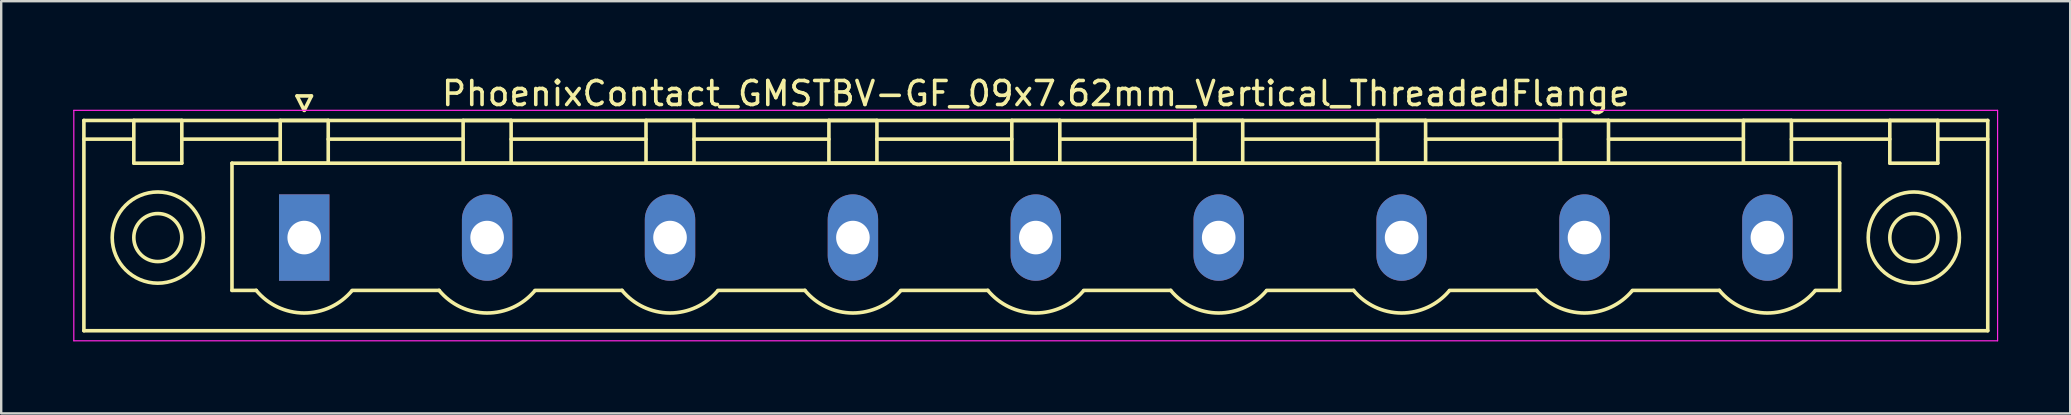
<source format=kicad_pcb>
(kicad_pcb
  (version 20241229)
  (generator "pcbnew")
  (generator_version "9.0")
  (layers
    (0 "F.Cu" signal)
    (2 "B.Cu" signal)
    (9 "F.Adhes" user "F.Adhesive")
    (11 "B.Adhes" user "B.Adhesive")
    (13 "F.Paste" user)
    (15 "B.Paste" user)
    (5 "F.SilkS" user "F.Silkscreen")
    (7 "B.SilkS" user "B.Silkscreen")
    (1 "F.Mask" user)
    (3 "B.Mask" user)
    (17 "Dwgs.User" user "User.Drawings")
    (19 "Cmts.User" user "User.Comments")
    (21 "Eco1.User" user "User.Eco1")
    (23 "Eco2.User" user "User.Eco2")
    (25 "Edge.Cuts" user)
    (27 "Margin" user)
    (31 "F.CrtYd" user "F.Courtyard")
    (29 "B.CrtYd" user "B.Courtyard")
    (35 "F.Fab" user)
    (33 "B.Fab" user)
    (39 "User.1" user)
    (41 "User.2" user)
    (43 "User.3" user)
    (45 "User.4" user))
  (footprint "PhoenixContact_GMSTBV-GF_09x7.62mm_Vertical_ThreadedFlange"
    (layer "F.Cu")
    (at 9.625 6.848)
    (property "Reference" "PhoenixContact_GMSTBV-GF_09x7.62mm_Vertical_ThreadedFlange" (at 30.48 -6 0) (layer "F.SilkS") (effects (font (size 1 1) (thickness 0.15))))
    (attr through_hole)
    (fp_line (start -9.18 -4.88) (end -9.18 3.88) (stroke (width 0.15) (type solid)) (layer "F.SilkS"))
    (fp_line (start -9.18 -4.1) (end -7.18 -4.1) (stroke (width 0.15) (type solid)) (layer "F.SilkS"))
    (fp_line (start -9.18 3.88) (end 70.14 3.88) (stroke (width 0.15) (type solid)) (layer "F.SilkS"))
    (fp_line (start -7.1 -4.88) (end -5.1 -4.88) (stroke (width 0.15) (type solid)) (layer "F.SilkS"))
    (fp_line (start -7.1 -3.1) (end -7.1 -4.88) (stroke (width 0.15) (type solid)) (layer "F.SilkS"))
    (fp_line (start -5.1 -4.88) (end -5.1 -3.1) (stroke (width 0.15) (type solid)) (layer "F.SilkS"))
    (fp_line (start -5.1 -4.1) (end -1 -4.1) (stroke (width 0.15) (type solid)) (layer "F.SilkS"))
    (fp_line (start -5.1 -3.1) (end -7.1 -3.1) (stroke (width 0.15) (type solid)) (layer "F.SilkS"))
    (fp_line (start -3.01 -3.1) (end 63.97 -3.1) (stroke (width 0.15) (type solid)) (layer "F.SilkS"))
    (fp_line (start -3.01 2.2) (end -3.01 -3.1) (stroke (width 0.15) (type solid)) (layer "F.SilkS"))
    (fp_line (start -2 2.2) (end -3.01 2.2) (stroke (width 0.15) (type solid)) (layer "F.SilkS"))
    (fp_line (start -1 -4.88) (end 1 -4.88) (stroke (width 0.15) (type solid)) (layer "F.SilkS"))
    (fp_line (start -1 -3.1) (end -1 -4.88) (stroke (width 0.15) (type solid)) (layer "F.SilkS"))
    (fp_line (start -0.3 -5.9) (end 0 -5.3) (stroke (width 0.15) (type solid)) (layer "F.SilkS"))
    (fp_line (start 0 -5.3) (end 0.3 -5.9) (stroke (width 0.15) (type solid)) (layer "F.SilkS"))
    (fp_line (start 0.3 -5.9) (end -0.3 -5.9) (stroke (width 0.15) (type solid)) (layer "F.SilkS"))
    (fp_line (start 1 -4.88) (end 1 -3.1) (stroke (width 0.15) (type solid)) (layer "F.SilkS"))
    (fp_line (start 1 -4.1) (end 6.62 -4.1) (stroke (width 0.15) (type solid)) (layer "F.SilkS"))
    (fp_line (start 1 -3.1) (end -1 -3.1) (stroke (width 0.15) (type solid)) (layer "F.SilkS"))
    (fp_line (start 2 2.2) (end 5.62 2.2) (stroke (width 0.15) (type solid)) (layer "F.SilkS"))
    (fp_line (start 6.62 -4.88) (end 8.62 -4.88) (stroke (width 0.15) (type solid)) (layer "F.SilkS"))
    (fp_line (start 6.62 -3.1) (end 6.62 -4.88) (stroke (width 0.15) (type solid)) (layer "F.SilkS"))
    (fp_line (start 8.62 -4.88) (end 8.62 -3.1) (stroke (width 0.15) (type solid)) (layer "F.SilkS"))
    (fp_line (start 8.62 -4.1) (end 14.24 -4.1) (stroke (width 0.15) (type solid)) (layer "F.SilkS"))
    (fp_line (start 8.62 -3.1) (end 6.62 -3.1) (stroke (width 0.15) (type solid)) (layer "F.SilkS"))
    (fp_line (start 9.62 2.2) (end 13.24 2.2) (stroke (width 0.15) (type solid)) (layer "F.SilkS"))
    (fp_line (start 14.24 -4.88) (end 16.24 -4.88) (stroke (width 0.15) (type solid)) (layer "F.SilkS"))
    (fp_line (start 14.24 -3.1) (end 14.24 -4.88) (stroke (width 0.15) (type solid)) (layer "F.SilkS"))
    (fp_line (start 16.24 -4.88) (end 16.24 -3.1) (stroke (width 0.15) (type solid)) (layer "F.SilkS"))
    (fp_line (start 16.24 -4.1) (end 21.86 -4.1) (stroke (width 0.15) (type solid)) (layer "F.SilkS"))
    (fp_line (start 16.24 -3.1) (end 14.24 -3.1) (stroke (width 0.15) (type solid)) (layer "F.SilkS"))
    (fp_line (start 17.24 2.2) (end 20.86 2.2) (stroke (width 0.15) (type solid)) (layer "F.SilkS"))
    (fp_line (start 21.86 -4.88) (end 23.86 -4.88) (stroke (width 0.15) (type solid)) (layer "F.SilkS"))
    (fp_line (start 21.86 -3.1) (end 21.86 -4.88) (stroke (width 0.15) (type solid)) (layer "F.SilkS"))
    (fp_line (start 23.86 -4.88) (end 23.86 -3.1) (stroke (width 0.15) (type solid)) (layer "F.SilkS"))
    (fp_line (start 23.86 -4.1) (end 29.48 -4.1) (stroke (width 0.15) (type solid)) (layer "F.SilkS"))
    (fp_line (start 23.86 -3.1) (end 21.86 -3.1) (stroke (width 0.15) (type solid)) (layer "F.SilkS"))
    (fp_line (start 24.86 2.2) (end 28.48 2.2) (stroke (width 0.15) (type solid)) (layer "F.SilkS"))
    (fp_line (start 29.48 -4.88) (end 31.48 -4.88) (stroke (width 0.15) (type solid)) (layer "F.SilkS"))
    (fp_line (start 29.48 -3.1) (end 29.48 -4.88) (stroke (width 0.15) (type solid)) (layer "F.SilkS"))
    (fp_line (start 31.48 -4.88) (end 31.48 -3.1) (stroke (width 0.15) (type solid)) (layer "F.SilkS"))
    (fp_line (start 31.48 -4.1) (end 37.1 -4.1) (stroke (width 0.15) (type solid)) (layer "F.SilkS"))
    (fp_line (start 31.48 -3.1) (end 29.48 -3.1) (stroke (width 0.15) (type solid)) (layer "F.SilkS"))
    (fp_line (start 32.48 2.2) (end 36.1 2.2) (stroke (width 0.15) (type solid)) (layer "F.SilkS"))
    (fp_line (start 37.1 -4.88) (end 39.1 -4.88) (stroke (width 0.15) (type solid)) (layer "F.SilkS"))
    (fp_line (start 37.1 -3.1) (end 37.1 -4.88) (stroke (width 0.15) (type solid)) (layer "F.SilkS"))
    (fp_line (start 39.1 -4.88) (end 39.1 -3.1) (stroke (width 0.15) (type solid)) (layer "F.SilkS"))
    (fp_line (start 39.1 -4.1) (end 44.72 -4.1) (stroke (width 0.15) (type solid)) (layer "F.SilkS"))
    (fp_line (start 39.1 -3.1) (end 37.1 -3.1) (stroke (width 0.15) (type solid)) (layer "F.SilkS"))
    (fp_line (start 40.1 2.2) (end 43.72 2.2) (stroke (width 0.15) (type solid)) (layer "F.SilkS"))
    (fp_line (start 44.72 -4.88) (end 46.72 -4.88) (stroke (width 0.15) (type solid)) (layer "F.SilkS"))
    (fp_line (start 44.72 -3.1) (end 44.72 -4.88) (stroke (width 0.15) (type solid)) (layer "F.SilkS"))
    (fp_line (start 46.72 -4.88) (end 46.72 -3.1) (stroke (width 0.15) (type solid)) (layer "F.SilkS"))
    (fp_line (start 46.72 -4.1) (end 52.34 -4.1) (stroke (width 0.15) (type solid)) (layer "F.SilkS"))
    (fp_line (start 46.72 -3.1) (end 44.72 -3.1) (stroke (width 0.15) (type solid)) (layer "F.SilkS"))
    (fp_line (start 47.72 2.2) (end 51.34 2.2) (stroke (width 0.15) (type solid)) (layer "F.SilkS"))
    (fp_line (start 52.34 -4.88) (end 54.34 -4.88) (stroke (width 0.15) (type solid)) (layer "F.SilkS"))
    (fp_line (start 52.34 -3.1) (end 52.34 -4.88) (stroke (width 0.15) (type solid)) (layer "F.SilkS"))
    (fp_line (start 54.34 -4.88) (end 54.34 -3.1) (stroke (width 0.15) (type solid)) (layer "F.SilkS"))
    (fp_line (start 54.34 -4.1) (end 59.96 -4.1) (stroke (width 0.15) (type solid)) (layer "F.SilkS"))
    (fp_line (start 54.34 -3.1) (end 52.34 -3.1) (stroke (width 0.15) (type solid)) (layer "F.SilkS"))
    (fp_line (start 55.34 2.2) (end 58.96 2.2) (stroke (width 0.15) (type solid)) (layer "F.SilkS"))
    (fp_line (start 59.96 -4.88) (end 61.96 -4.88) (stroke (width 0.15) (type solid)) (layer "F.SilkS"))
    (fp_line (start 59.96 -3.1) (end 59.96 -4.88) (stroke (width 0.15) (type solid)) (layer "F.SilkS"))
    (fp_line (start 61.96 -4.88) (end 61.96 -3.1) (stroke (width 0.15) (type solid)) (layer "F.SilkS"))
    (fp_line (start 61.96 -4.1) (end 66.06 -4.1) (stroke (width 0.15) (type solid)) (layer "F.SilkS"))
    (fp_line (start 61.96 -3.1) (end 59.96 -3.1) (stroke (width 0.15) (type solid)) (layer "F.SilkS"))
    (fp_line (start 63.97 -3.1) (end 63.97 2.2) (stroke (width 0.15) (type solid)) (layer "F.SilkS"))
    (fp_line (start 63.97 2.2) (end 62.96 2.2) (stroke (width 0.15) (type solid)) (layer "F.SilkS"))
    (fp_line (start 66.06 -4.88) (end 68.06 -4.88) (stroke (width 0.15) (type solid)) (layer "F.SilkS"))
    (fp_line (start 66.06 -3.1) (end 66.06 -4.88) (stroke (width 0.15) (type solid)) (layer "F.SilkS"))
    (fp_line (start 68.06 -4.88) (end 68.06 -3.1) (stroke (width 0.15) (type solid)) (layer "F.SilkS"))
    (fp_line (start 68.06 -3.1) (end 66.06 -3.1) (stroke (width 0.15) (type solid)) (layer "F.SilkS"))
    (fp_line (start 70.14 -4.88) (end -9.18 -4.88) (stroke (width 0.15) (type solid)) (layer "F.SilkS"))
    (fp_line (start 70.14 -4.1) (end 68.14 -4.1) (stroke (width 0.15) (type solid)) (layer "F.SilkS"))
    (fp_line (start 70.14 3.88) (end 70.14 -4.88) (stroke (width 0.15) (type solid)) (layer "F.SilkS"))
    (fp_arc (start 1.986842 2.215821) (mid -0.010289 3.142758) (end -2 2.2) (stroke (width 0.15) (type solid)) (layer "F.SilkS"))
    (fp_arc (start 9.606842 2.215821) (mid 7.609711 3.142758) (end 5.62 2.2) (stroke (width 0.15) (type solid)) (layer "F.SilkS"))
    (fp_arc (start 17.226842 2.215821) (mid 15.229711 3.142758) (end 13.24 2.2) (stroke (width 0.15) (type solid)) (layer "F.SilkS"))
    (fp_arc (start 24.846842 2.215821) (mid 22.849711 3.142758) (end 20.86 2.2) (stroke (width 0.15) (type solid)) (layer "F.SilkS"))
    (fp_arc (start 32.466842 2.215821) (mid 30.469711 3.142758) (end 28.48 2.2) (stroke (width 0.15) (type solid)) (layer "F.SilkS"))
    (fp_arc (start 40.086842 2.215821) (mid 38.089711 3.142758) (end 36.1 2.2) (stroke (width 0.15) (type solid)) (layer "F.SilkS"))
    (fp_arc (start 47.706842 2.215821) (mid 45.709711 3.142758) (end 43.72 2.2) (stroke (width 0.15) (type solid)) (layer "F.SilkS"))
    (fp_arc (start 55.326842 2.215821) (mid 53.329711 3.142758) (end 51.34 2.2) (stroke (width 0.15) (type solid)) (layer "F.SilkS"))
    (fp_arc (start 62.946842 2.215821) (mid 60.949711 3.142758) (end 58.96 2.2) (stroke (width 0.15) (type solid)) (layer "F.SilkS"))
    (fp_circle (center -6.1 0) (end -5.1 0) (stroke (width 0.15) (type solid)) (fill no) (layer "F.SilkS"))
    (fp_circle (center -6.1 0) (end -4.2 0) (stroke (width 0.15) (type solid)) (fill no) (layer "F.SilkS"))
    (fp_circle (center 67.06 0) (end 68.06 0) (stroke (width 0.15) (type solid)) (fill no) (layer "F.SilkS"))
    (fp_circle (center 67.06 0) (end 68.96 0) (stroke (width 0.15) (type solid)) (fill no) (layer "F.SilkS"))
    (fp_line (start -9.6 -5.3) (end -9.6 4.3) (stroke (width 0.05) (type solid)) (layer "F.CrtYd"))
    (fp_line (start -9.6 4.3) (end 70.55 4.3) (stroke (width 0.05) (type solid)) (layer "F.CrtYd"))
    (fp_line (start 70.55 -5.3) (end -9.6 -5.3) (stroke (width 0.05) (type solid)) (layer "F.CrtYd"))
    (fp_line (start 70.55 4.3) (end 70.55 -5.3) (stroke (width 0.05) (type solid)) (layer "F.CrtYd"))
    (pad "1" thru_hole rect (at 0 0) (size 2.1 3.6) (drill 1.4) (layers "*.Cu" "*.Mask"))
    (pad "2" thru_hole oval (at 7.62 0) (size 2.1 3.6) (drill 1.4) (layers "*.Cu" "*.Mask"))
    (pad "3" thru_hole oval (at 15.24 0) (size 2.1 3.6) (drill 1.4) (layers "*.Cu" "*.Mask"))
    (pad "4" thru_hole oval (at 22.86 0) (size 2.1 3.6) (drill 1.4) (layers "*.Cu" "*.Mask"))
    (pad "5" thru_hole oval (at 30.48 0) (size 2.1 3.6) (drill 1.4) (layers "*.Cu" "*.Mask"))
    (pad "6" thru_hole oval (at 38.1 0) (size 2.1 3.6) (drill 1.4) (layers "*.Cu" "*.Mask"))
    (pad "7" thru_hole oval (at 45.72 0) (size 2.1 3.6) (drill 1.4) (layers "*.Cu" "*.Mask"))
    (pad "8" thru_hole oval (at 53.34 0) (size 2.1 3.6) (drill 1.4) (layers "*.Cu" "*.Mask"))
    (pad "9" thru_hole oval (at 60.96 0) (size 2.1 3.6) (drill 1.4) (layers "*.Cu" "*.Mask")))
  (gr_rect
    (start -3 -3)
    (end 83.2 14.173)
    (stroke (width 0.1) (type default))
    (fill no)
    (layer "Edge.Cuts")))
</source>
